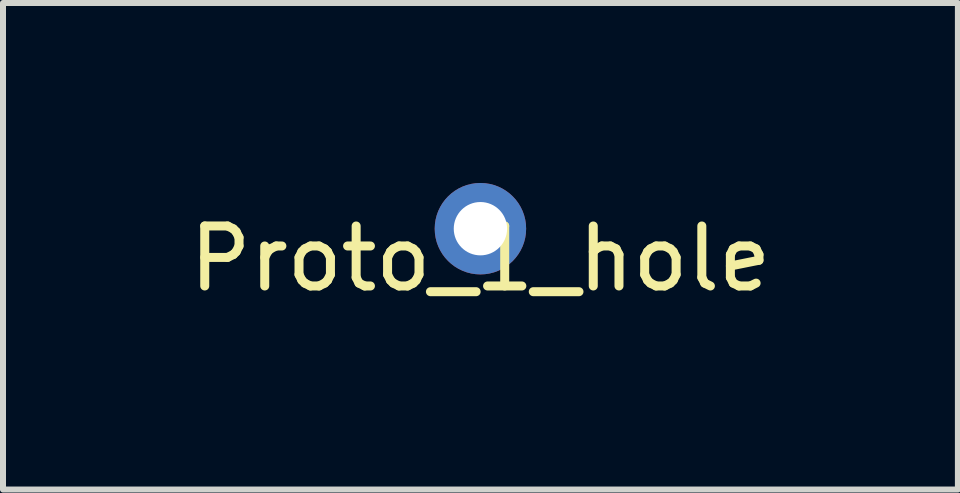
<source format=kicad_pcb>
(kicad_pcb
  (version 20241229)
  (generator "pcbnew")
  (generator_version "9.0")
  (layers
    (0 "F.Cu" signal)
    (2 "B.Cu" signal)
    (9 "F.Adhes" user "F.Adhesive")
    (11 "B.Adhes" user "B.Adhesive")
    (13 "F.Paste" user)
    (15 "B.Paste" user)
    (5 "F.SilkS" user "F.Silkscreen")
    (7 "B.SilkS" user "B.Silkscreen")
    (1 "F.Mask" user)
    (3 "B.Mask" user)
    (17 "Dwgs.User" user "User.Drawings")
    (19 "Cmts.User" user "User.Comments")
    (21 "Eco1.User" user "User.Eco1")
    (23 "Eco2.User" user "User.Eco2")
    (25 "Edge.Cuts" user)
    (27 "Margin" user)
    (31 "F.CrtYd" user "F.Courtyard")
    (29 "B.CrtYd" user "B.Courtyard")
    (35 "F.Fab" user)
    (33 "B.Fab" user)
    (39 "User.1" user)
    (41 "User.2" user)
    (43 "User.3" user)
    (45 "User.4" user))
  (footprint "Proto_1_hole"
    (layer "F.Cu")
    (at 4.958 0.762)
    (property "Reference" "Proto_1_hole" (at 0 0.5 0) (layer "F.SilkS") (effects (font (size 1 1) (thickness 0.15))))
    (attr through_hole)
    (pad "1" thru_hole circle (at 0 0) (size 1.524 1.524) (drill 0.889) (layers "*.Cu" "*.Mask")))
  (gr_rect
    (start -3 -3)
    (end 12.917 5.11)
    (stroke (width 0.1) (type default))
    (fill no)
    (layer "Edge.Cuts")))
</source>
